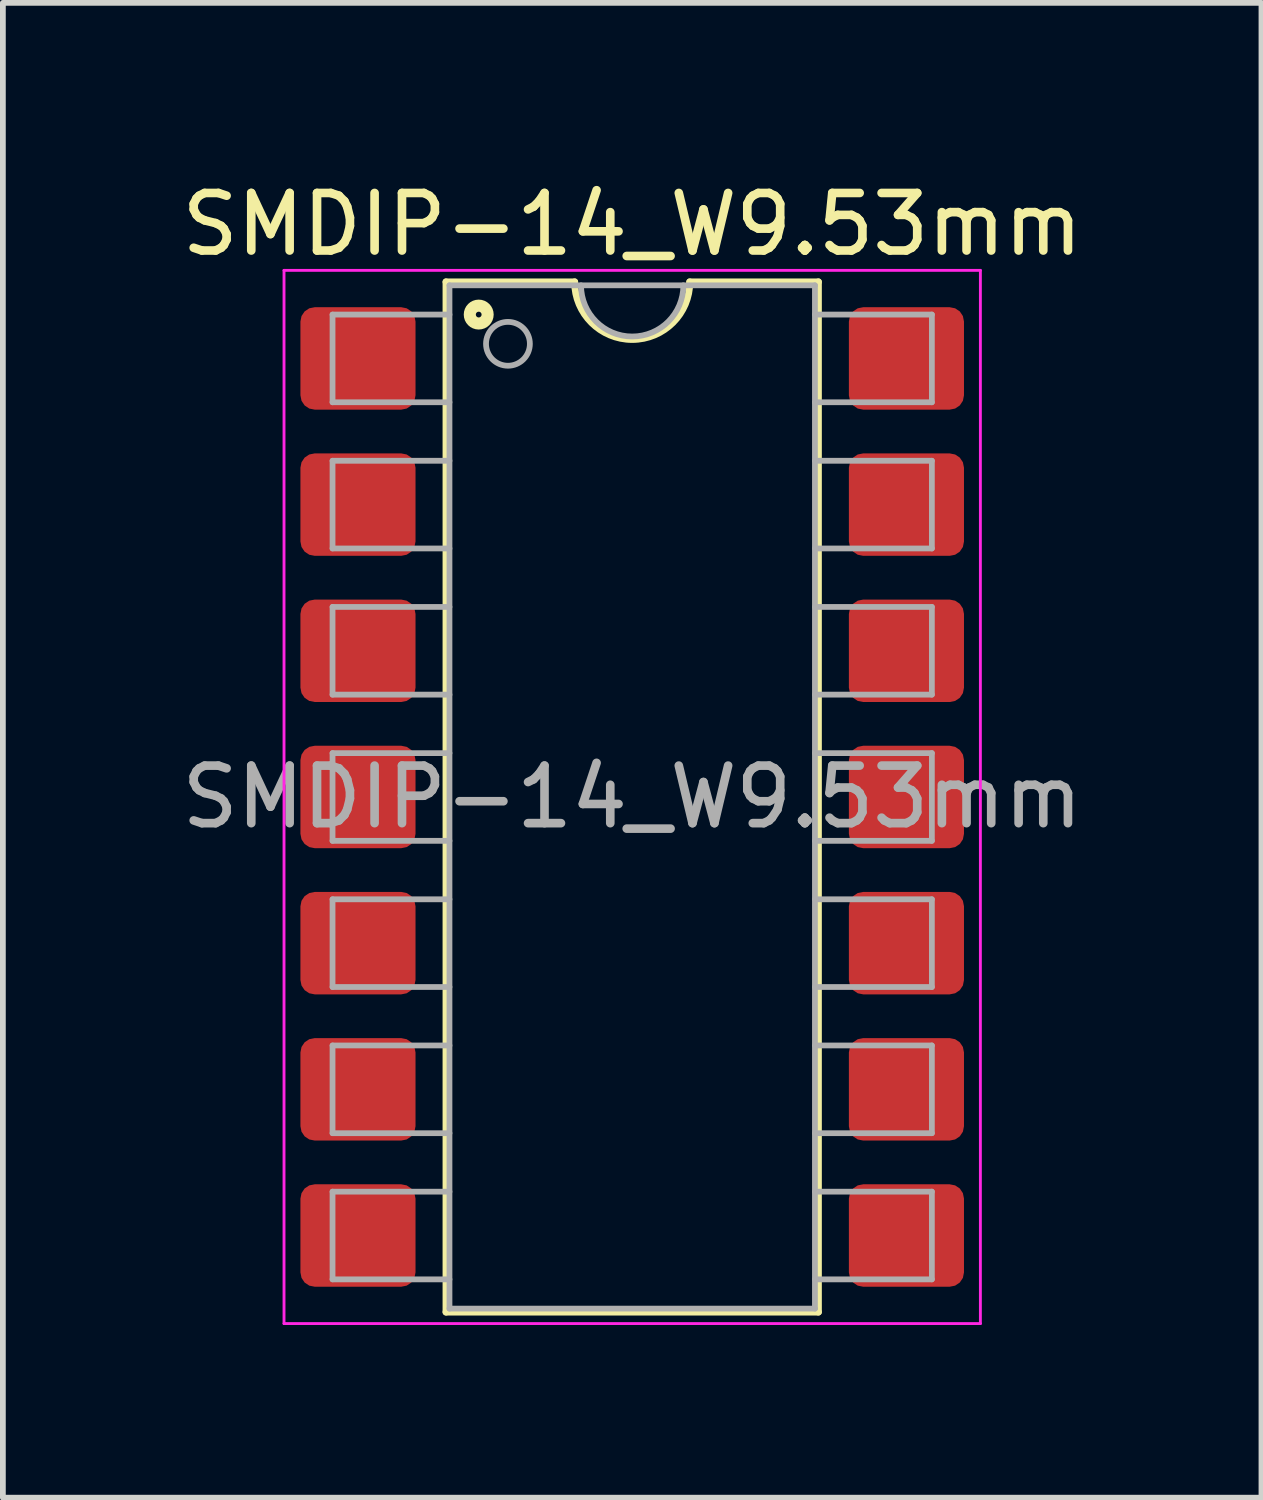
<source format=kicad_pcb>
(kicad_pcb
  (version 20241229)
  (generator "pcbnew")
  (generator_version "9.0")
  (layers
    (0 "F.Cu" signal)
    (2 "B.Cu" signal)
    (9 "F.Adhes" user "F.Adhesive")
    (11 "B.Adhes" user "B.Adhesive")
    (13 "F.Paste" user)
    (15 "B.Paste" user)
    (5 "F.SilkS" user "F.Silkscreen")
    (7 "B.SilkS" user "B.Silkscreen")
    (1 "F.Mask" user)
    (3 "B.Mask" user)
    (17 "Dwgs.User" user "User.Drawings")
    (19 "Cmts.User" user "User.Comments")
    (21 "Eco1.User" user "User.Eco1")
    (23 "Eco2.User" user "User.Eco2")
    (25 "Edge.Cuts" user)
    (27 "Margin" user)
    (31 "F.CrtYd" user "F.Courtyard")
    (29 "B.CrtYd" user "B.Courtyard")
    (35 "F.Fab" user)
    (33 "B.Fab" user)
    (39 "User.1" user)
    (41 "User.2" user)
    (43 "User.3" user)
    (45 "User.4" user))
  (footprint "SMDIP-14_W9.53mm"
    (layer "F.Cu")
    (at 7.935 10.798)
    (property "Reference" "SMDIP-14_W9.53mm" (at 0 -9.95 0) (layer "F.SilkS") (effects (font (size 1 1) (thickness 0.15))))
    (attr smd)
    (fp_line (start -3.235 -8.95) (end -3.235 8.95) (stroke (width 0.12) (type solid)) (layer "F.SilkS"))
    (fp_line (start -3.235 8.95) (end 3.235 8.95) (stroke (width 0.12) (type solid)) (layer "F.SilkS"))
    (fp_line (start -1 -8.95) (end -3.235 -8.95) (stroke (width 0.12) (type solid)) (layer "F.SilkS"))
    (fp_line (start 3.235 -8.95) (end 1 -8.95) (stroke (width 0.12) (type solid)) (layer "F.SilkS"))
    (fp_line (start 3.235 8.95) (end 3.235 -8.95) (stroke (width 0.12) (type solid)) (layer "F.SilkS"))
    (fp_arc (start 1 -8.95) (mid 0 -7.95) (end -1 -8.95) (stroke (width 0.12) (type solid)) (layer "F.SilkS"))
    (fp_circle (center -2.667 -8.382) (end -2.617 -8.382) (stroke (width 0.12) (type solid)) (fill no) (layer "F.SilkS"))
    (fp_circle (center -2.667 -8.382) (end -2.542 -8.382) (stroke (width 0.12) (type solid)) (fill no) (layer "F.SilkS"))
    (fp_circle (center -2.667 -8.382) (end -2.467 -8.382) (stroke (width 0.12) (type solid)) (fill no) (layer "F.SilkS"))
    (fp_line (start -6.05 -9.15) (end -6.05 9.15) (stroke (width 0.05) (type solid)) (layer "F.CrtYd"))
    (fp_line (start -6.05 9.15) (end 6.05 9.15) (stroke (width 0.05) (type solid)) (layer "F.CrtYd"))
    (fp_line (start 6.05 -9.15) (end -6.05 -9.15) (stroke (width 0.05) (type solid)) (layer "F.CrtYd"))
    (fp_line (start 6.05 9.15) (end 6.05 -9.15) (stroke (width 0.05) (type solid)) (layer "F.CrtYd"))
    (fp_line (start -5.207 -8.382) (end -5.207 -6.858) (stroke (width 0.1) (type solid)) (layer "F.Fab"))
    (fp_line (start -5.207 -8.382) (end -3.175 -8.382) (stroke (width 0.1) (type solid)) (layer "F.Fab"))
    (fp_line (start -5.207 -6.858) (end -3.175 -6.858) (stroke (width 0.1) (type solid)) (layer "F.Fab"))
    (fp_line (start -5.207 -5.842) (end -5.207 -4.318) (stroke (width 0.1) (type solid)) (layer "F.Fab"))
    (fp_line (start -5.207 -5.842) (end -3.175 -5.842) (stroke (width 0.1) (type solid)) (layer "F.Fab"))
    (fp_line (start -5.207 -4.318) (end -3.175 -4.318) (stroke (width 0.1) (type solid)) (layer "F.Fab"))
    (fp_line (start -5.207 -3.302) (end -5.207 -1.778) (stroke (width 0.1) (type solid)) (layer "F.Fab"))
    (fp_line (start -5.207 -3.302) (end -3.175 -3.302) (stroke (width 0.1) (type solid)) (layer "F.Fab"))
    (fp_line (start -5.207 -1.778) (end -3.175 -1.778) (stroke (width 0.1) (type solid)) (layer "F.Fab"))
    (fp_line (start -5.207 -0.762) (end -5.207 0.762) (stroke (width 0.1) (type solid)) (layer "F.Fab"))
    (fp_line (start -5.207 -0.762) (end -3.175 -0.762) (stroke (width 0.1) (type solid)) (layer "F.Fab"))
    (fp_line (start -5.207 0.762) (end -3.175 0.762) (stroke (width 0.1) (type solid)) (layer "F.Fab"))
    (fp_line (start -5.207 1.778) (end -5.207 3.302) (stroke (width 0.1) (type solid)) (layer "F.Fab"))
    (fp_line (start -5.207 1.778) (end -3.175 1.778) (stroke (width 0.1) (type solid)) (layer "F.Fab"))
    (fp_line (start -5.207 3.302) (end -3.175 3.302) (stroke (width 0.1) (type solid)) (layer "F.Fab"))
    (fp_line (start -5.207 4.318) (end -5.207 5.842) (stroke (width 0.1) (type solid)) (layer "F.Fab"))
    (fp_line (start -5.207 4.318) (end -3.175 4.318) (stroke (width 0.1) (type solid)) (layer "F.Fab"))
    (fp_line (start -5.207 5.842) (end -3.175 5.842) (stroke (width 0.1) (type solid)) (layer "F.Fab"))
    (fp_line (start -5.207 6.858) (end -5.207 8.382) (stroke (width 0.1) (type solid)) (layer "F.Fab"))
    (fp_line (start -5.207 6.858) (end -3.175 6.858) (stroke (width 0.1) (type solid)) (layer "F.Fab"))
    (fp_line (start -5.207 8.382) (end -3.175 8.382) (stroke (width 0.1) (type solid)) (layer "F.Fab"))
    (fp_line (start -3.175 -8.89) (end 3.175 -8.89) (stroke (width 0.1) (type solid)) (layer "F.Fab"))
    (fp_line (start -3.175 8.89) (end -3.175 -8.89) (stroke (width 0.1) (type solid)) (layer "F.Fab"))
    (fp_line (start 3.175 -8.89) (end 3.175 8.89) (stroke (width 0.1) (type solid)) (layer "F.Fab"))
    (fp_line (start 3.175 8.89) (end -3.175 8.89) (stroke (width 0.1) (type solid)) (layer "F.Fab"))
    (fp_line (start 5.207 -8.382) (end 3.175 -8.382) (stroke (width 0.1) (type solid)) (layer "F.Fab"))
    (fp_line (start 5.207 -6.858) (end 3.175 -6.858) (stroke (width 0.1) (type solid)) (layer "F.Fab"))
    (fp_line (start 5.207 -6.858) (end 5.207 -8.382) (stroke (width 0.1) (type solid)) (layer "F.Fab"))
    (fp_line (start 5.207 -5.842) (end 3.175 -5.842) (stroke (width 0.1) (type solid)) (layer "F.Fab"))
    (fp_line (start 5.207 -4.318) (end 3.175 -4.318) (stroke (width 0.1) (type solid)) (layer "F.Fab"))
    (fp_line (start 5.207 -4.318) (end 5.207 -5.842) (stroke (width 0.1) (type solid)) (layer "F.Fab"))
    (fp_line (start 5.207 -3.302) (end 3.175 -3.302) (stroke (width 0.1) (type solid)) (layer "F.Fab"))
    (fp_line (start 5.207 -1.778) (end 3.175 -1.778) (stroke (width 0.1) (type solid)) (layer "F.Fab"))
    (fp_line (start 5.207 -1.778) (end 5.207 -3.302) (stroke (width 0.1) (type solid)) (layer "F.Fab"))
    (fp_line (start 5.207 -0.762) (end 3.175 -0.762) (stroke (width 0.1) (type solid)) (layer "F.Fab"))
    (fp_line (start 5.207 0.762) (end 3.175 0.762) (stroke (width 0.1) (type solid)) (layer "F.Fab"))
    (fp_line (start 5.207 0.762) (end 5.207 -0.762) (stroke (width 0.1) (type solid)) (layer "F.Fab"))
    (fp_line (start 5.207 1.778) (end 3.175 1.778) (stroke (width 0.1) (type solid)) (layer "F.Fab"))
    (fp_line (start 5.207 3.302) (end 3.175 3.302) (stroke (width 0.1) (type solid)) (layer "F.Fab"))
    (fp_line (start 5.207 3.302) (end 5.207 1.778) (stroke (width 0.1) (type solid)) (layer "F.Fab"))
    (fp_line (start 5.207 4.318) (end 3.175 4.318) (stroke (width 0.1) (type solid)) (layer "F.Fab"))
    (fp_line (start 5.207 5.842) (end 3.175 5.842) (stroke (width 0.1) (type solid)) (layer "F.Fab"))
    (fp_line (start 5.207 5.842) (end 5.207 4.318) (stroke (width 0.1) (type solid)) (layer "F.Fab"))
    (fp_line (start 5.207 6.858) (end 3.175 6.858) (stroke (width 0.1) (type solid)) (layer "F.Fab"))
    (fp_line (start 5.207 8.382) (end 3.175 8.382) (stroke (width 0.1) (type solid)) (layer "F.Fab"))
    (fp_line (start 5.207 8.382) (end 5.207 6.858) (stroke (width 0.1) (type solid)) (layer "F.Fab"))
    (fp_arc (start 0.889 -8.89) (mid 0 -8.001) (end -0.889 -8.89) (stroke (width 0.1) (type solid)) (layer "F.Fab"))
    (fp_circle (center -2.159 -7.874) (end -1.778 -7.874) (stroke (width 0.1) (type solid)) (fill no) (layer "F.Fab"))
    (fp_text user "${REFERENCE}" (at 0 0 0) (layer "F.Fab") (effects (font (size 1 1) (thickness 0.15))))
    (pad "1" smd roundrect (at -4.765 -7.62) (size 2 1.78) (layers "F.Cu" "F.Mask" "F.Paste") (roundrect_rratio 0.14))
    (pad "2" smd roundrect (at -4.765 -5.08) (size 2 1.78) (layers "F.Cu" "F.Mask" "F.Paste") (roundrect_rratio 0.14))
    (pad "3" smd roundrect (at -4.765 -2.54) (size 2 1.78) (layers "F.Cu" "F.Mask" "F.Paste") (roundrect_rratio 0.14))
    (pad "4" smd roundrect (at -4.765 0) (size 2 1.78) (layers "F.Cu" "F.Mask" "F.Paste") (roundrect_rratio 0.14))
    (pad "5" smd roundrect (at -4.765 2.54) (size 2 1.78) (layers "F.Cu" "F.Mask" "F.Paste") (roundrect_rratio 0.14))
    (pad "6" smd roundrect (at -4.765 5.08) (size 2 1.78) (layers "F.Cu" "F.Mask" "F.Paste") (roundrect_rratio 0.14))
    (pad "7" smd roundrect (at -4.765 7.62) (size 2 1.78) (layers "F.Cu" "F.Mask" "F.Paste") (roundrect_rratio 0.14))
    (pad "8" smd roundrect (at 4.765 7.62) (size 2 1.78) (layers "F.Cu" "F.Mask" "F.Paste") (roundrect_rratio 0.14))
    (pad "9" smd roundrect (at 4.765 5.08) (size 2 1.78) (layers "F.Cu" "F.Mask" "F.Paste") (roundrect_rratio 0.14))
    (pad "10" smd roundrect (at 4.765 2.54) (size 2 1.78) (layers "F.Cu" "F.Mask" "F.Paste") (roundrect_rratio 0.14))
    (pad "11" smd roundrect (at 4.765 0) (size 2 1.78) (layers "F.Cu" "F.Mask" "F.Paste") (roundrect_rratio 0.14))
    (pad "12" smd roundrect (at 4.765 -2.54) (size 2 1.78) (layers "F.Cu" "F.Mask" "F.Paste") (roundrect_rratio 0.14))
    (pad "13" smd roundrect (at 4.765 -5.08) (size 2 1.78) (layers "F.Cu" "F.Mask" "F.Paste") (roundrect_rratio 0.14))
    (pad "14" smd roundrect (at 4.765 -7.62) (size 2 1.78) (layers "F.Cu" "F.Mask" "F.Paste") (roundrect_rratio 0.14)))
  (gr_rect
    (start -3 -3)
    (end 18.869 22.973)
    (stroke (width 0.1) (type default))
    (fill no)
    (layer "Edge.Cuts")))
</source>
